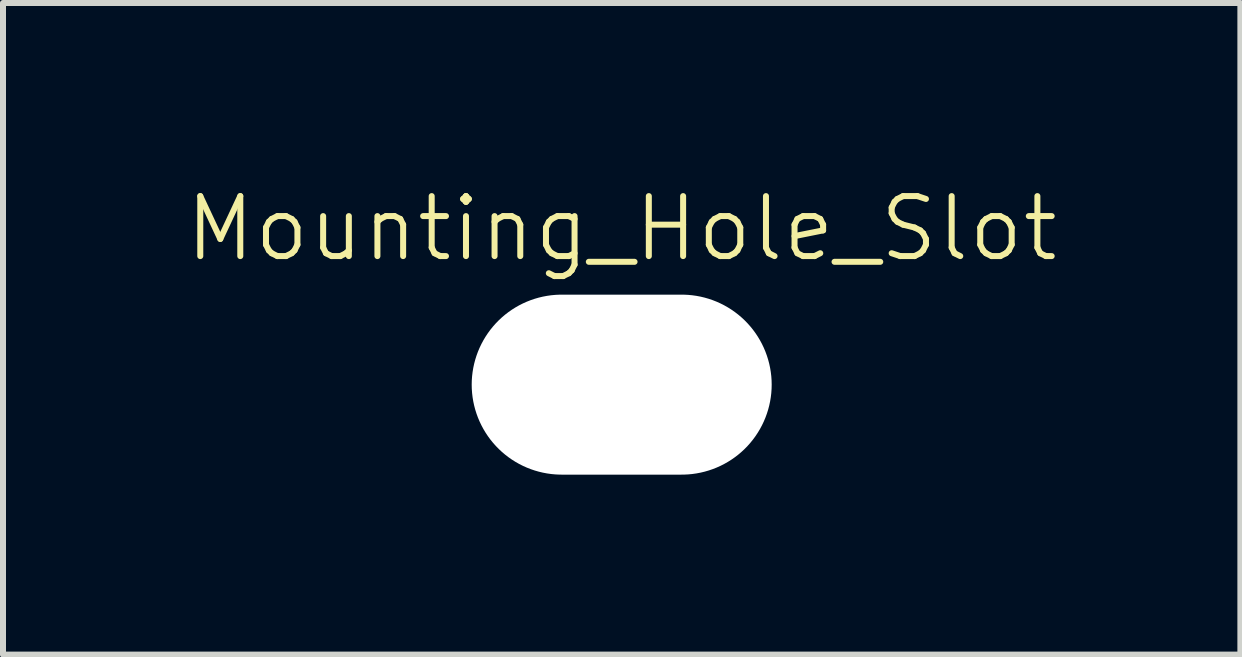
<source format=kicad_pcb>
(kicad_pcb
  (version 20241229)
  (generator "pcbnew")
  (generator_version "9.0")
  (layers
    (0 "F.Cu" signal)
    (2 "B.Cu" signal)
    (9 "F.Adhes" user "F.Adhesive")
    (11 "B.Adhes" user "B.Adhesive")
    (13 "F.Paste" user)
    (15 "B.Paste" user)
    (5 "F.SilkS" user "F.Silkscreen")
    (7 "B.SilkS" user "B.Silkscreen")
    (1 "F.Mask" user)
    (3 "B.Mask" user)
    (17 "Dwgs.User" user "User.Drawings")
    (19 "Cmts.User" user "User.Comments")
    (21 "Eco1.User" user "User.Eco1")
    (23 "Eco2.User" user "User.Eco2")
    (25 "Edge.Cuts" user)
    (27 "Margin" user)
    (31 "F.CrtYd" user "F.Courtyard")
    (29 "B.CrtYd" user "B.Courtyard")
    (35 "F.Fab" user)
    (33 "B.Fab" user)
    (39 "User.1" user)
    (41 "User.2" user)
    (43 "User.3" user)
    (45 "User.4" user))
  (footprint "Mounting_Hole_Slot"
    (layer "F.Cu")
    (at 7.312 3.361)
    (property "Reference" "Mounting_Hole_Slot" (at 0 -2.6 0) (unlocked yes) (layer "F.SilkS") (effects (font (size 1 1) (thickness 0.1))))
    (attr smd)
    (pad "" np_thru_hole oval (at 0 0) (size 5 3) (drill oval 5 3) (layers "*.Cu")))
  (gr_rect
    (start -3 -3)
    (end 17.624 7.861)
    (stroke (width 0.1) (type default))
    (fill no)
    (layer "Edge.Cuts")))
</source>
